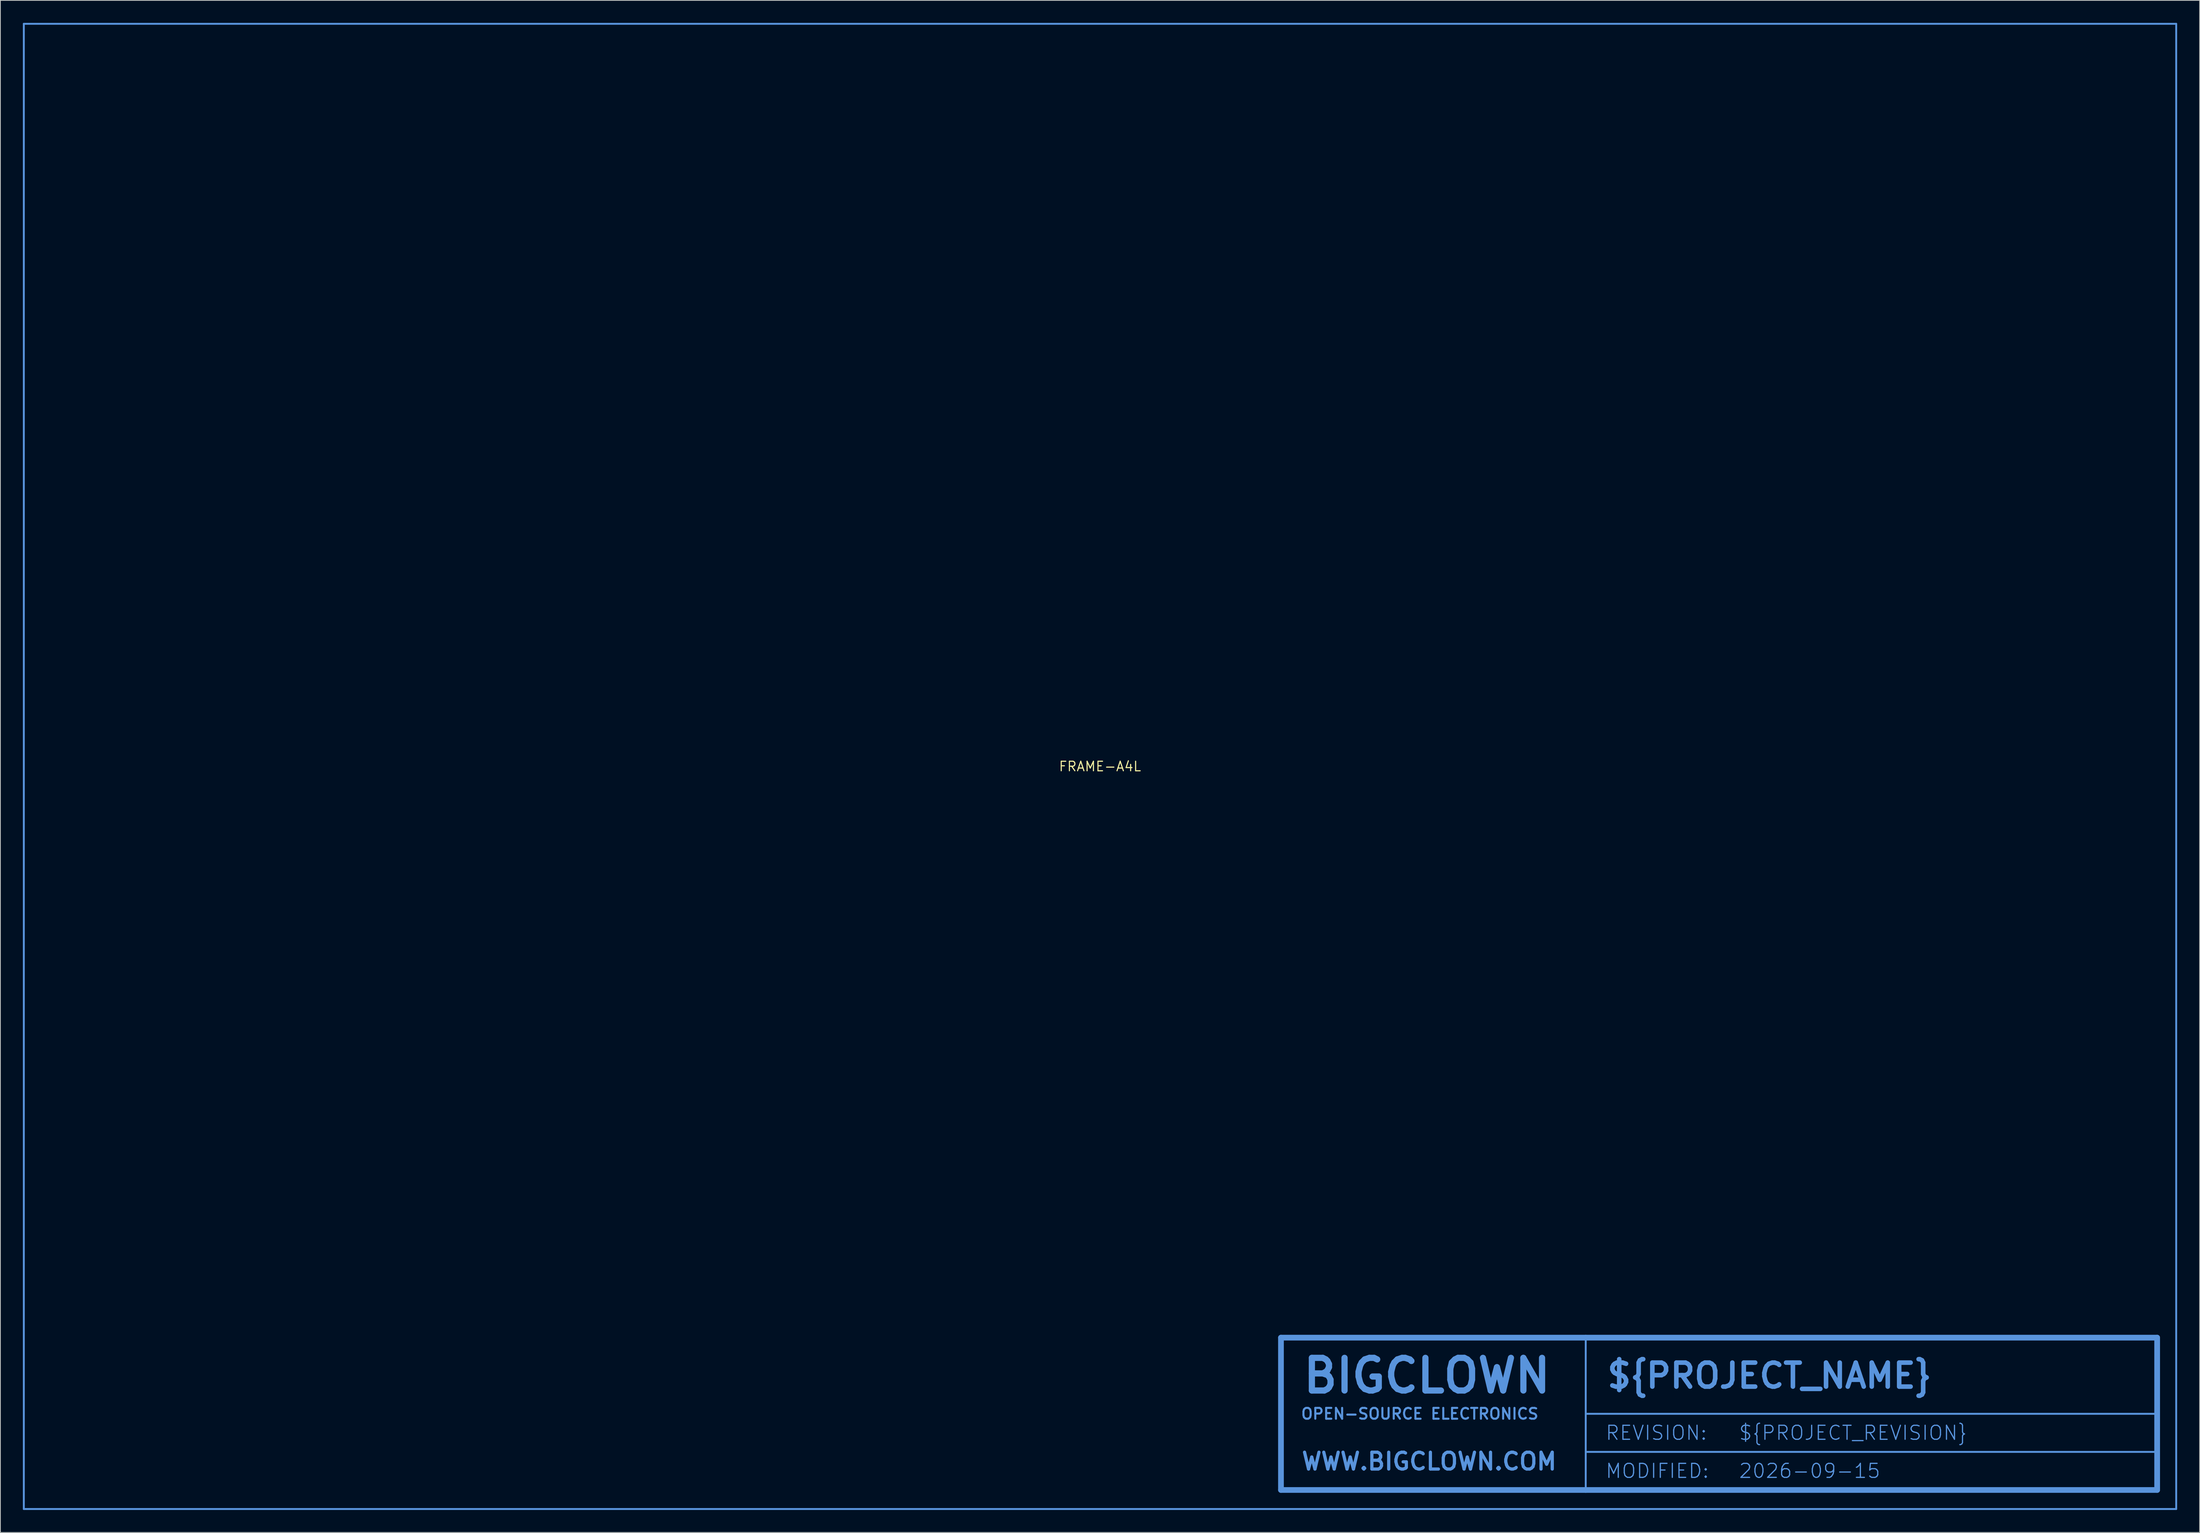
<source format=kicad_pcb>
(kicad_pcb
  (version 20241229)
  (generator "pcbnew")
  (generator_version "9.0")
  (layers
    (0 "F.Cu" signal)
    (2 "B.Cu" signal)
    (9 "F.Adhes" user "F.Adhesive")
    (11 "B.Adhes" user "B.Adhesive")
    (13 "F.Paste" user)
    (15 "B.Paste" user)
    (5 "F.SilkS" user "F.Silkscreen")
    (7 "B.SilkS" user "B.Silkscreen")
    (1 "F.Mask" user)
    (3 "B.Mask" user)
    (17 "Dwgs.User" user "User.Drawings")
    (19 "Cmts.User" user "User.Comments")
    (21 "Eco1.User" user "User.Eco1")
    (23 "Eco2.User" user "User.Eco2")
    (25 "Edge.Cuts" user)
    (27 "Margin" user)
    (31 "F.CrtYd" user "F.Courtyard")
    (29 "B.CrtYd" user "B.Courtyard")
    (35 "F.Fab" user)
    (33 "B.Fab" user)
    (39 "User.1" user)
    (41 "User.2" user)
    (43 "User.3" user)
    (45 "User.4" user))
  (footprint "FRAME-A4L"
    (layer "F.Cu")
    (at 143.637 99.187)
    (property "Reference" "FRAME-A4L" (at 0 0 0) (unlocked yes) (layer "F.SilkS") (effects (font (size 1.27 1.27) (thickness 0.15))))
    (fp_line (start -143.51 -99.06) (end -143.51 99.06) (stroke (width 0.254) (type solid)) (layer "Cmts.User"))
    (fp_line (start -143.51 99.06) (end 143.51 99.06) (stroke (width 0.254) (type solid)) (layer "Cmts.User"))
    (fp_line (start 24.13 76.2) (end 64.77 76.2) (stroke (width 0.762) (type solid)) (layer "Cmts.User"))
    (fp_line (start 24.13 96.52) (end 24.13 76.2) (stroke (width 0.762) (type solid)) (layer "Cmts.User"))
    (fp_line (start 24.13 96.52) (end 64.77 96.52) (stroke (width 0.762) (type solid)) (layer "Cmts.User"))
    (fp_line (start 64.77 76.2) (end 64.77 86.36) (stroke (width 0.254) (type solid)) (layer "Cmts.User"))
    (fp_line (start 64.77 76.2) (end 140.97 76.2) (stroke (width 0.762) (type solid)) (layer "Cmts.User"))
    (fp_line (start 64.77 86.36) (end 64.77 91.44) (stroke (width 0.254) (type solid)) (layer "Cmts.User"))
    (fp_line (start 64.77 86.36) (end 140.97 86.36) (stroke (width 0.254) (type solid)) (layer "Cmts.User"))
    (fp_line (start 64.77 91.44) (end 64.77 96.52) (stroke (width 0.254) (type solid)) (layer "Cmts.User"))
    (fp_line (start 64.77 91.44) (end 140.97 91.44) (stroke (width 0.254) (type solid)) (layer "Cmts.User"))
    (fp_line (start 64.77 96.52) (end 140.97 96.52) (stroke (width 0.762) (type solid)) (layer "Cmts.User"))
    (fp_line (start 140.97 86.36) (end 140.97 76.2) (stroke (width 0.762) (type solid)) (layer "Cmts.User"))
    (fp_line (start 140.97 91.44) (end 140.97 86.36) (stroke (width 0.762) (type solid)) (layer "Cmts.User"))
    (fp_line (start 140.97 96.52) (end 140.97 91.44) (stroke (width 0.762) (type solid)) (layer "Cmts.User"))
    (fp_line (start 143.51 -99.06) (end -143.51 -99.06) (stroke (width 0.254) (type solid)) (layer "Cmts.User"))
    (fp_line (start 143.51 99.06) (end 143.51 -99.06) (stroke (width 0.254) (type solid)) (layer "Cmts.User"))
    (fp_text user "${PROJECT_NAME}" (at 67.31 81.28 0) (layer "Cmts.User") (effects (font (size 3.2 3.2) (thickness 0.61)) (justify left)))
    (fp_text user "${PROJECT_REVISION}" (at 85.09 88.9 0) (layer "Cmts.User") (effects (font (size 1.869 1.869) (thickness 0.163)) (justify left)))
    (fp_text user "REVISION:" (at 67.31 88.9 0) (layer "Cmts.User") (effects (font (size 1.869 1.869) (thickness 0.163)) (justify left)))
    (fp_text user "WWW.BIGCLOWN.COM" (at 26.67 92.71 0) (layer "Cmts.User") (effects (font (size 2.245 2.245) (thickness 0.428)) (justify left)))
    (fp_text user "BIGCLOWN" (at 26.67 81.28 0) (layer "Cmts.User") (effects (font (size 4.355 4.355) (thickness 0.829)) (justify left)))
    (fp_text user "MODIFIED:" (at 67.31 93.98 0) (layer "Cmts.User") (effects (font (size 1.869 1.869) (thickness 0.163)) (justify left)))
    (fp_text user "OPEN-SOURCE ELECTRONICS" (at 26.67 86.36 0) (layer "Cmts.User") (effects (font (size 1.445 1.445) (thickness 0.275)) (justify left)))
    (fp_text user "${CURRENT_DATE}" (at 85.09 93.98 0) (layer "Cmts.User") (effects (font (size 1.869 1.869) (thickness 0.163)) (justify left))))
  (gr_rect
    (start -3 -3)
    (end 290.274 201.374)
    (stroke (width 0.1) (type default))
    (fill no)
    (layer "Edge.Cuts")))
</source>
